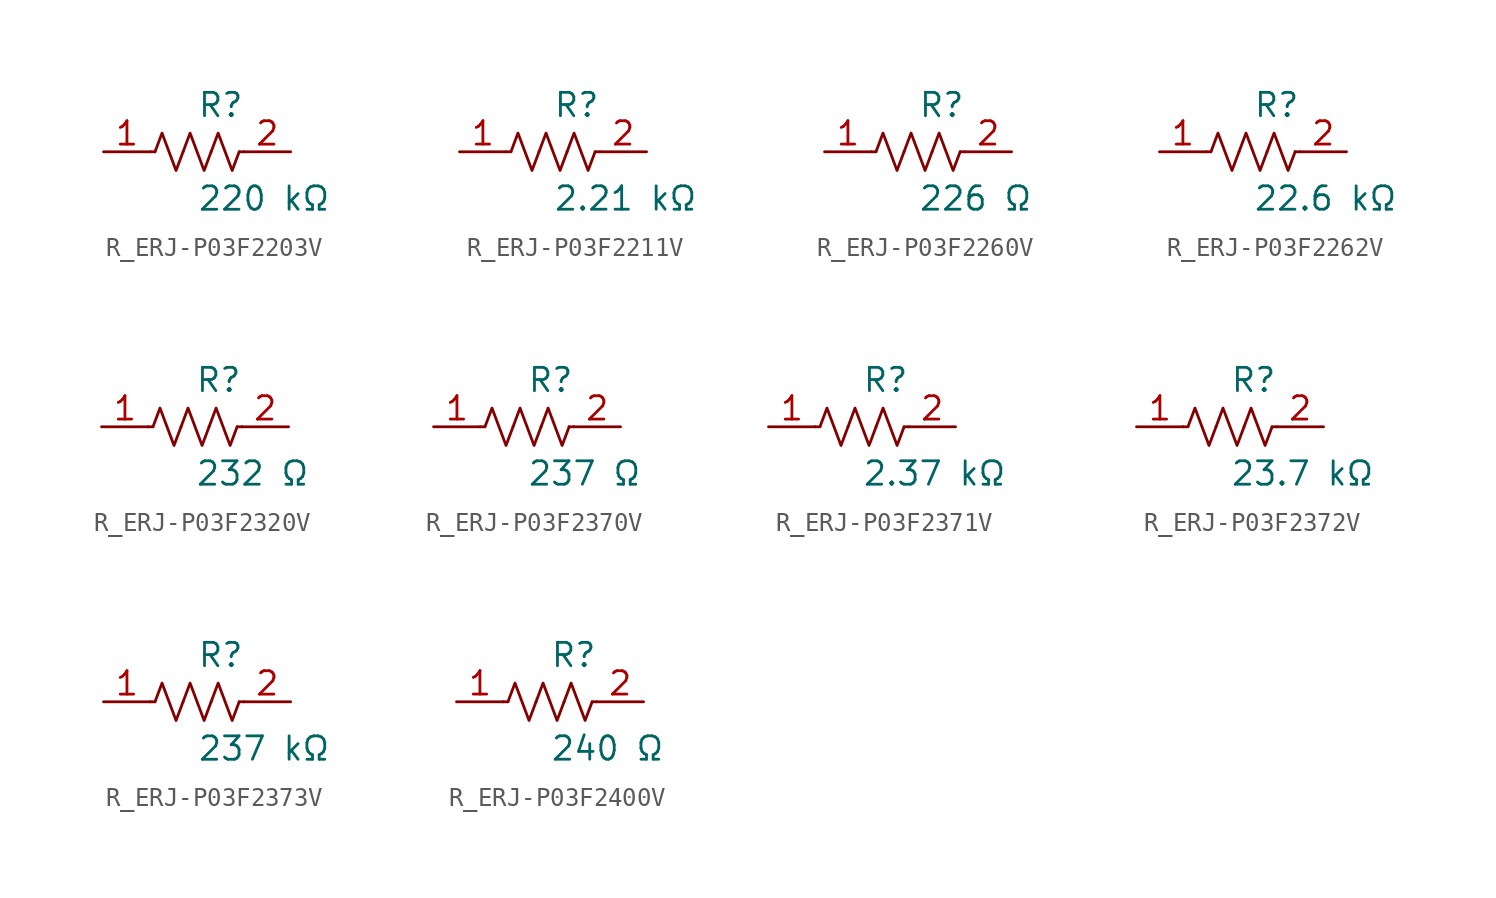
<source format=kicad_sym>
(kicad_symbol_lib
  (version 20231120)
  (generator kicad_symbol_editor)
  (generator_version 8.0)
  (symbol "R_ERJ-P03F2203V"
    (pin_names
      (offset 0.254))
    (property "Reference" "R"
      (at 0.0 2.54 0)
      (effects (font (size 1.27 1.27)) (justify left)))
    (property "Value" "220 kΩ"
      (at 0.0 -2.54 0)
      (effects (font (size 1.27 1.27)) (justify left)))
    (symbol "R_ERJ-P03F2203V_0_1"
      (polyline (pts (xy 2.286 0) (xy 2.54 0)) (stroke (width 0) (type default)) (fill (type none)))
      (polyline (pts (xy -2.286 0) (xy -2.54 0)) (stroke (width 0) (type default)) (fill (type none)))
      (polyline (pts (xy 0.762 0) (xy 1.143 1.016) (xy 1.524 0) (xy 1.905 -1.016) (xy 2.286 0)) (stroke (width 0) (type default)) (fill (type none)))
      (polyline (pts (xy -0.762 0) (xy -0.381 1.016) (xy 0 0) (xy 0.381 -1.016) (xy 0.762 0)) (stroke (width 0) (type default)) (fill (type none)))
      (polyline (pts (xy -2.286 0) (xy -1.905 1.016) (xy -1.524 0) (xy -1.143 -1.016) (xy -0.762 0)) (stroke (width 0) (type default)) (fill (type none))))
    (pin unspecified line
      (at -5.08 0 0)
      (length 2.54)
      (name "" (effects (font (size 1.27 1.27))))
      (number "1" (effects (font (size 1.27 1.27)))))
    (pin unspecified line
      (at 5.08 0 180)
      (length 2.54)
      (name "" (effects (font (size 1.27 1.27))))
      (number "2" (effects (font (size 1.27 1.27))))))
  (symbol "R_ERJ-P03F2211V"
    (pin_names
      (offset 0.254))
    (property "Reference" "R"
      (at 0.0 2.54 0)
      (effects (font (size 1.27 1.27)) (justify left)))
    (property "Value" "2.21 kΩ"
      (at 0.0 -2.54 0)
      (effects (font (size 1.27 1.27)) (justify left)))
    (symbol "R_ERJ-P03F2211V_0_1"
      (polyline (pts (xy 2.286 0) (xy 2.54 0)) (stroke (width 0) (type default)) (fill (type none)))
      (polyline (pts (xy -2.286 0) (xy -2.54 0)) (stroke (width 0) (type default)) (fill (type none)))
      (polyline (pts (xy 0.762 0) (xy 1.143 1.016) (xy 1.524 0) (xy 1.905 -1.016) (xy 2.286 0)) (stroke (width 0) (type default)) (fill (type none)))
      (polyline (pts (xy -0.762 0) (xy -0.381 1.016) (xy 0 0) (xy 0.381 -1.016) (xy 0.762 0)) (stroke (width 0) (type default)) (fill (type none)))
      (polyline (pts (xy -2.286 0) (xy -1.905 1.016) (xy -1.524 0) (xy -1.143 -1.016) (xy -0.762 0)) (stroke (width 0) (type default)) (fill (type none))))
    (pin unspecified line
      (at -5.08 0 0)
      (length 2.54)
      (name "" (effects (font (size 1.27 1.27))))
      (number "1" (effects (font (size 1.27 1.27)))))
    (pin unspecified line
      (at 5.08 0 180)
      (length 2.54)
      (name "" (effects (font (size 1.27 1.27))))
      (number "2" (effects (font (size 1.27 1.27))))))
  (symbol "R_ERJ-P03F2260V"
    (pin_names
      (offset 0.254))
    (property "Reference" "R"
      (at 0.0 2.54 0)
      (effects (font (size 1.27 1.27)) (justify left)))
    (property "Value" "226 Ω"
      (at 0.0 -2.54 0)
      (effects (font (size 1.27 1.27)) (justify left)))
    (symbol "R_ERJ-P03F2260V_0_1"
      (polyline (pts (xy 2.286 0) (xy 2.54 0)) (stroke (width 0) (type default)) (fill (type none)))
      (polyline (pts (xy -2.286 0) (xy -2.54 0)) (stroke (width 0) (type default)) (fill (type none)))
      (polyline (pts (xy 0.762 0) (xy 1.143 1.016) (xy 1.524 0) (xy 1.905 -1.016) (xy 2.286 0)) (stroke (width 0) (type default)) (fill (type none)))
      (polyline (pts (xy -0.762 0) (xy -0.381 1.016) (xy 0 0) (xy 0.381 -1.016) (xy 0.762 0)) (stroke (width 0) (type default)) (fill (type none)))
      (polyline (pts (xy -2.286 0) (xy -1.905 1.016) (xy -1.524 0) (xy -1.143 -1.016) (xy -0.762 0)) (stroke (width 0) (type default)) (fill (type none))))
    (pin unspecified line
      (at -5.08 0 0)
      (length 2.54)
      (name "" (effects (font (size 1.27 1.27))))
      (number "1" (effects (font (size 1.27 1.27)))))
    (pin unspecified line
      (at 5.08 0 180)
      (length 2.54)
      (name "" (effects (font (size 1.27 1.27))))
      (number "2" (effects (font (size 1.27 1.27))))))
  (symbol "R_ERJ-P03F2262V"
    (pin_names
      (offset 0.254))
    (property "Reference" "R"
      (at 0.0 2.54 0)
      (effects (font (size 1.27 1.27)) (justify left)))
    (property "Value" "22.6 kΩ"
      (at 0.0 -2.54 0)
      (effects (font (size 1.27 1.27)) (justify left)))
    (symbol "R_ERJ-P03F2262V_0_1"
      (polyline (pts (xy 2.286 0) (xy 2.54 0)) (stroke (width 0) (type default)) (fill (type none)))
      (polyline (pts (xy -2.286 0) (xy -2.54 0)) (stroke (width 0) (type default)) (fill (type none)))
      (polyline (pts (xy 0.762 0) (xy 1.143 1.016) (xy 1.524 0) (xy 1.905 -1.016) (xy 2.286 0)) (stroke (width 0) (type default)) (fill (type none)))
      (polyline (pts (xy -0.762 0) (xy -0.381 1.016) (xy 0 0) (xy 0.381 -1.016) (xy 0.762 0)) (stroke (width 0) (type default)) (fill (type none)))
      (polyline (pts (xy -2.286 0) (xy -1.905 1.016) (xy -1.524 0) (xy -1.143 -1.016) (xy -0.762 0)) (stroke (width 0) (type default)) (fill (type none))))
    (pin unspecified line
      (at -5.08 0 0)
      (length 2.54)
      (name "" (effects (font (size 1.27 1.27))))
      (number "1" (effects (font (size 1.27 1.27)))))
    (pin unspecified line
      (at 5.08 0 180)
      (length 2.54)
      (name "" (effects (font (size 1.27 1.27))))
      (number "2" (effects (font (size 1.27 1.27))))))
  (symbol "R_ERJ-P03F2320V"
    (pin_names
      (offset 0.254))
    (property "Reference" "R"
      (at 0.0 2.54 0)
      (effects (font (size 1.27 1.27)) (justify left)))
    (property "Value" "232 Ω"
      (at 0.0 -2.54 0)
      (effects (font (size 1.27 1.27)) (justify left)))
    (symbol "R_ERJ-P03F2320V_0_1"
      (polyline (pts (xy 2.286 0) (xy 2.54 0)) (stroke (width 0) (type default)) (fill (type none)))
      (polyline (pts (xy -2.286 0) (xy -2.54 0)) (stroke (width 0) (type default)) (fill (type none)))
      (polyline (pts (xy 0.762 0) (xy 1.143 1.016) (xy 1.524 0) (xy 1.905 -1.016) (xy 2.286 0)) (stroke (width 0) (type default)) (fill (type none)))
      (polyline (pts (xy -0.762 0) (xy -0.381 1.016) (xy 0 0) (xy 0.381 -1.016) (xy 0.762 0)) (stroke (width 0) (type default)) (fill (type none)))
      (polyline (pts (xy -2.286 0) (xy -1.905 1.016) (xy -1.524 0) (xy -1.143 -1.016) (xy -0.762 0)) (stroke (width 0) (type default)) (fill (type none))))
    (pin unspecified line
      (at -5.08 0 0)
      (length 2.54)
      (name "" (effects (font (size 1.27 1.27))))
      (number "1" (effects (font (size 1.27 1.27)))))
    (pin unspecified line
      (at 5.08 0 180)
      (length 2.54)
      (name "" (effects (font (size 1.27 1.27))))
      (number "2" (effects (font (size 1.27 1.27))))))
  (symbol "R_ERJ-P03F2370V"
    (pin_names
      (offset 0.254))
    (property "Reference" "R"
      (at 0.0 2.54 0)
      (effects (font (size 1.27 1.27)) (justify left)))
    (property "Value" "237 Ω"
      (at 0.0 -2.54 0)
      (effects (font (size 1.27 1.27)) (justify left)))
    (symbol "R_ERJ-P03F2370V_0_1"
      (polyline (pts (xy 2.286 0) (xy 2.54 0)) (stroke (width 0) (type default)) (fill (type none)))
      (polyline (pts (xy -2.286 0) (xy -2.54 0)) (stroke (width 0) (type default)) (fill (type none)))
      (polyline (pts (xy 0.762 0) (xy 1.143 1.016) (xy 1.524 0) (xy 1.905 -1.016) (xy 2.286 0)) (stroke (width 0) (type default)) (fill (type none)))
      (polyline (pts (xy -0.762 0) (xy -0.381 1.016) (xy 0 0) (xy 0.381 -1.016) (xy 0.762 0)) (stroke (width 0) (type default)) (fill (type none)))
      (polyline (pts (xy -2.286 0) (xy -1.905 1.016) (xy -1.524 0) (xy -1.143 -1.016) (xy -0.762 0)) (stroke (width 0) (type default)) (fill (type none))))
    (pin unspecified line
      (at -5.08 0 0)
      (length 2.54)
      (name "" (effects (font (size 1.27 1.27))))
      (number "1" (effects (font (size 1.27 1.27)))))
    (pin unspecified line
      (at 5.08 0 180)
      (length 2.54)
      (name "" (effects (font (size 1.27 1.27))))
      (number "2" (effects (font (size 1.27 1.27))))))
  (symbol "R_ERJ-P03F2371V"
    (pin_names
      (offset 0.254))
    (property "Reference" "R"
      (at 0.0 2.54 0)
      (effects (font (size 1.27 1.27)) (justify left)))
    (property "Value" "2.37 kΩ"
      (at 0.0 -2.54 0)
      (effects (font (size 1.27 1.27)) (justify left)))
    (symbol "R_ERJ-P03F2371V_0_1"
      (polyline (pts (xy 2.286 0) (xy 2.54 0)) (stroke (width 0) (type default)) (fill (type none)))
      (polyline (pts (xy -2.286 0) (xy -2.54 0)) (stroke (width 0) (type default)) (fill (type none)))
      (polyline (pts (xy 0.762 0) (xy 1.143 1.016) (xy 1.524 0) (xy 1.905 -1.016) (xy 2.286 0)) (stroke (width 0) (type default)) (fill (type none)))
      (polyline (pts (xy -0.762 0) (xy -0.381 1.016) (xy 0 0) (xy 0.381 -1.016) (xy 0.762 0)) (stroke (width 0) (type default)) (fill (type none)))
      (polyline (pts (xy -2.286 0) (xy -1.905 1.016) (xy -1.524 0) (xy -1.143 -1.016) (xy -0.762 0)) (stroke (width 0) (type default)) (fill (type none))))
    (pin unspecified line
      (at -5.08 0 0)
      (length 2.54)
      (name "" (effects (font (size 1.27 1.27))))
      (number "1" (effects (font (size 1.27 1.27)))))
    (pin unspecified line
      (at 5.08 0 180)
      (length 2.54)
      (name "" (effects (font (size 1.27 1.27))))
      (number "2" (effects (font (size 1.27 1.27))))))
  (symbol "R_ERJ-P03F2372V"
    (pin_names
      (offset 0.254))
    (property "Reference" "R"
      (at 0.0 2.54 0)
      (effects (font (size 1.27 1.27)) (justify left)))
    (property "Value" "23.7 kΩ"
      (at 0.0 -2.54 0)
      (effects (font (size 1.27 1.27)) (justify left)))
    (symbol "R_ERJ-P03F2372V_0_1"
      (polyline (pts (xy 2.286 0) (xy 2.54 0)) (stroke (width 0) (type default)) (fill (type none)))
      (polyline (pts (xy -2.286 0) (xy -2.54 0)) (stroke (width 0) (type default)) (fill (type none)))
      (polyline (pts (xy 0.762 0) (xy 1.143 1.016) (xy 1.524 0) (xy 1.905 -1.016) (xy 2.286 0)) (stroke (width 0) (type default)) (fill (type none)))
      (polyline (pts (xy -0.762 0) (xy -0.381 1.016) (xy 0 0) (xy 0.381 -1.016) (xy 0.762 0)) (stroke (width 0) (type default)) (fill (type none)))
      (polyline (pts (xy -2.286 0) (xy -1.905 1.016) (xy -1.524 0) (xy -1.143 -1.016) (xy -0.762 0)) (stroke (width 0) (type default)) (fill (type none))))
    (pin unspecified line
      (at -5.08 0 0)
      (length 2.54)
      (name "" (effects (font (size 1.27 1.27))))
      (number "1" (effects (font (size 1.27 1.27)))))
    (pin unspecified line
      (at 5.08 0 180)
      (length 2.54)
      (name "" (effects (font (size 1.27 1.27))))
      (number "2" (effects (font (size 1.27 1.27))))))
  (symbol "R_ERJ-P03F2373V"
    (pin_names
      (offset 0.254))
    (property "Reference" "R"
      (at 0.0 2.54 0)
      (effects (font (size 1.27 1.27)) (justify left)))
    (property "Value" "237 kΩ"
      (at 0.0 -2.54 0)
      (effects (font (size 1.27 1.27)) (justify left)))
    (symbol "R_ERJ-P03F2373V_0_1"
      (polyline (pts (xy 2.286 0) (xy 2.54 0)) (stroke (width 0) (type default)) (fill (type none)))
      (polyline (pts (xy -2.286 0) (xy -2.54 0)) (stroke (width 0) (type default)) (fill (type none)))
      (polyline (pts (xy 0.762 0) (xy 1.143 1.016) (xy 1.524 0) (xy 1.905 -1.016) (xy 2.286 0)) (stroke (width 0) (type default)) (fill (type none)))
      (polyline (pts (xy -0.762 0) (xy -0.381 1.016) (xy 0 0) (xy 0.381 -1.016) (xy 0.762 0)) (stroke (width 0) (type default)) (fill (type none)))
      (polyline (pts (xy -2.286 0) (xy -1.905 1.016) (xy -1.524 0) (xy -1.143 -1.016) (xy -0.762 0)) (stroke (width 0) (type default)) (fill (type none))))
    (pin unspecified line
      (at -5.08 0 0)
      (length 2.54)
      (name "" (effects (font (size 1.27 1.27))))
      (number "1" (effects (font (size 1.27 1.27)))))
    (pin unspecified line
      (at 5.08 0 180)
      (length 2.54)
      (name "" (effects (font (size 1.27 1.27))))
      (number "2" (effects (font (size 1.27 1.27))))))
  (symbol "R_ERJ-P03F2400V"
    (pin_names
      (offset 0.254))
    (property "Reference" "R"
      (at 0.0 2.54 0)
      (effects (font (size 1.27 1.27)) (justify left)))
    (property "Value" "240 Ω"
      (at 0.0 -2.54 0)
      (effects (font (size 1.27 1.27)) (justify left)))
    (symbol "R_ERJ-P03F2400V_0_1"
      (polyline (pts (xy 2.286 0) (xy 2.54 0)) (stroke (width 0) (type default)) (fill (type none)))
      (polyline (pts (xy -2.286 0) (xy -2.54 0)) (stroke (width 0) (type default)) (fill (type none)))
      (polyline (pts (xy 0.762 0) (xy 1.143 1.016) (xy 1.524 0) (xy 1.905 -1.016) (xy 2.286 0)) (stroke (width 0) (type default)) (fill (type none)))
      (polyline (pts (xy -0.762 0) (xy -0.381 1.016) (xy 0 0) (xy 0.381 -1.016) (xy 0.762 0)) (stroke (width 0) (type default)) (fill (type none)))
      (polyline (pts (xy -2.286 0) (xy -1.905 1.016) (xy -1.524 0) (xy -1.143 -1.016) (xy -0.762 0)) (stroke (width 0) (type default)) (fill (type none))))
    (pin unspecified line
      (at -5.08 0 0)
      (length 2.54)
      (name "" (effects (font (size 1.27 1.27))))
      (number "1" (effects (font (size 1.27 1.27)))))
    (pin unspecified line
      (at 5.08 0 180)
      (length 2.54)
      (name "" (effects (font (size 1.27 1.27))))
      (number "2" (effects (font (size 1.27 1.27)))))))
</source>
